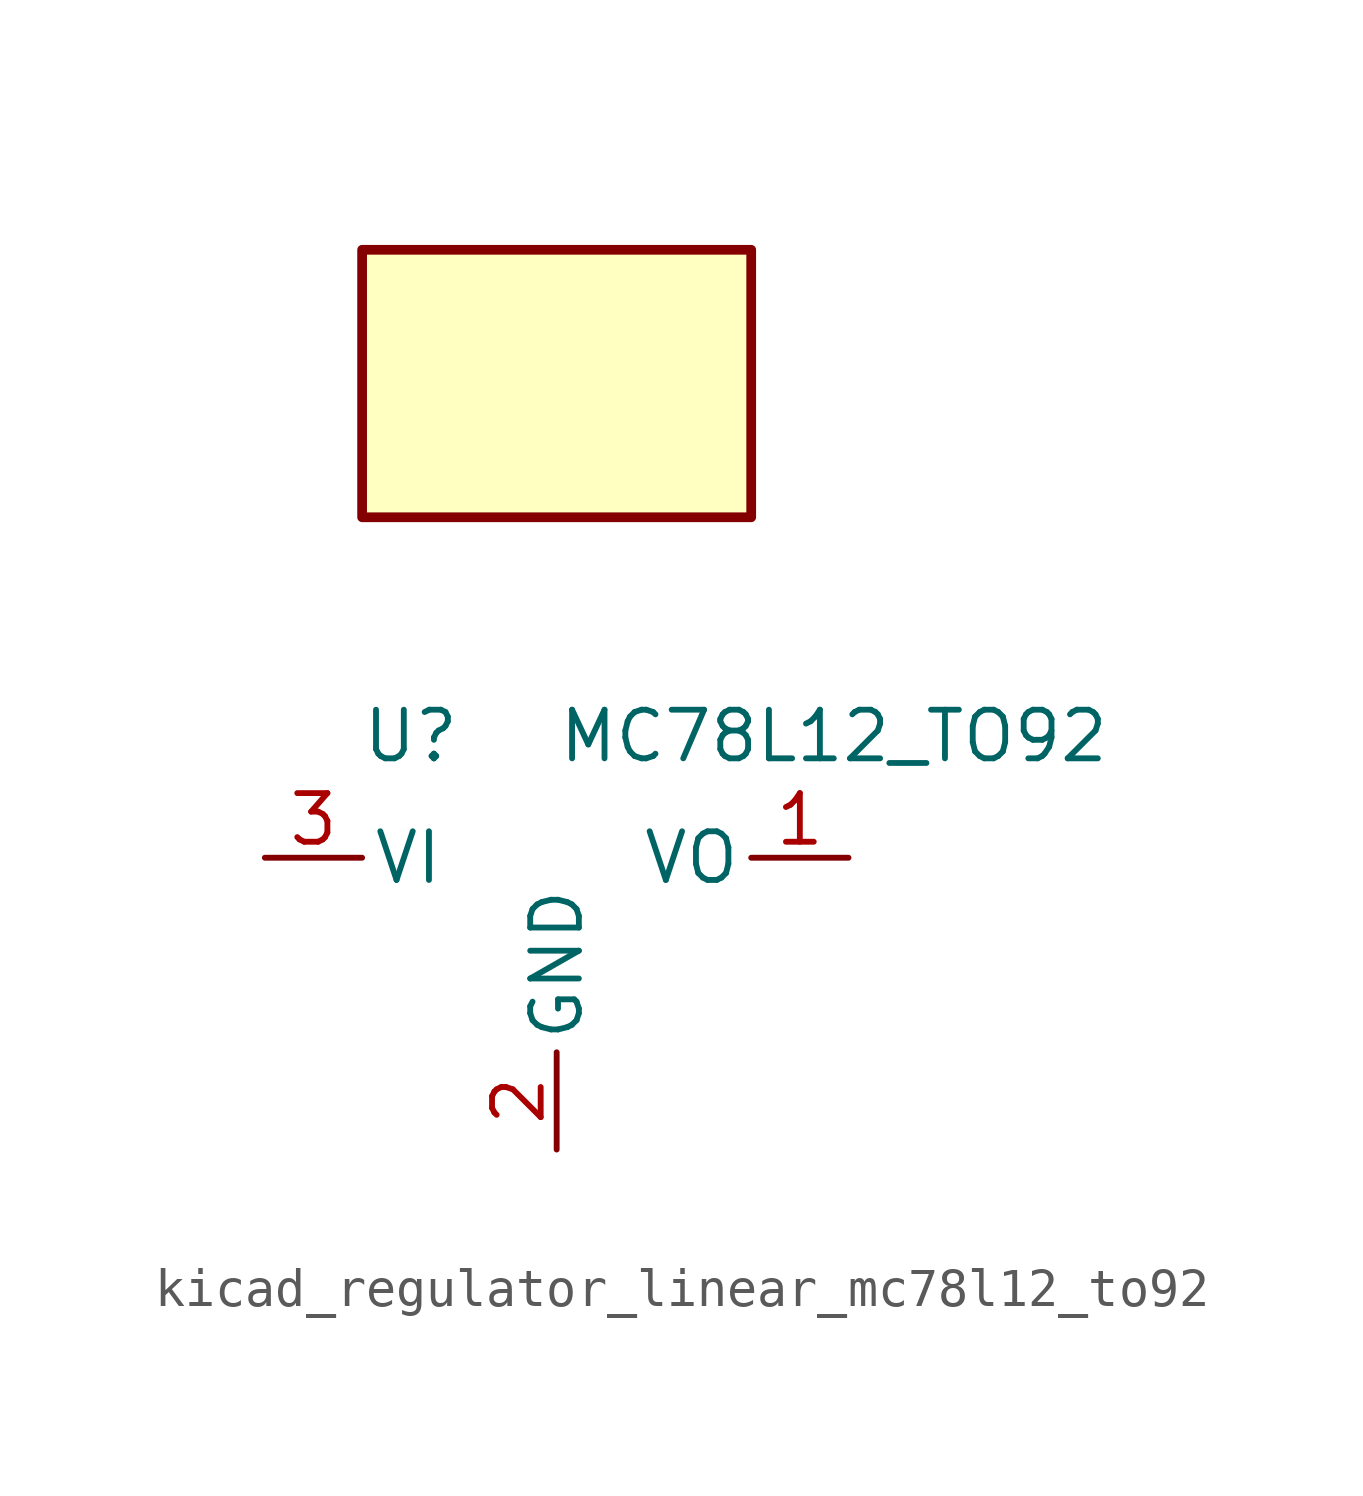
<source format=kicad_sym>
(kicad_symbol_lib
  (version 20220914)
  (generator kicad_symbol_editor)
  (symbol "kicad_regulator_linear_mc78l12_to92"
    (pin_names
      (offset 0.254))
    (property "Reference" "U"
      (at -3.81 3.175 0)
      (effects (font (size 1.27 1.27))))
    (property "Value" "MC78L12_TO92"
      (at 0 3.175 0)
      (effects (font (size 1.27 1.27)) (justify left)))
    (symbol "kicad_regulator_linear_mc78l12_to92_0_1"
      (rectangle (start 5.08 15.875) (end -5.08 8.89) (stroke (width 0.254) (type default)) (fill (type background))))
    (symbol "kicad_regulator_linear_mc78l12_to92_1_1"
      (pin power_out line (at 7.62 0 180) (length 2.54) (name "VO" (effects (font (size 1.27 1.27)))) (number "1" (effects (font (size 1.27 1.27)))))
      (pin power_in line (at 0 -7.62 90) (length 2.54) (name "GND" (effects (font (size 1.27 1.27)))) (number "2" (effects (font (size 1.27 1.27)))))
      (pin power_in line (at -7.62 0 0) (length 2.54) (name "VI" (effects (font (size 1.27 1.27)))) (number "3" (effects (font (size 1.27 1.27))))))))
</source>
